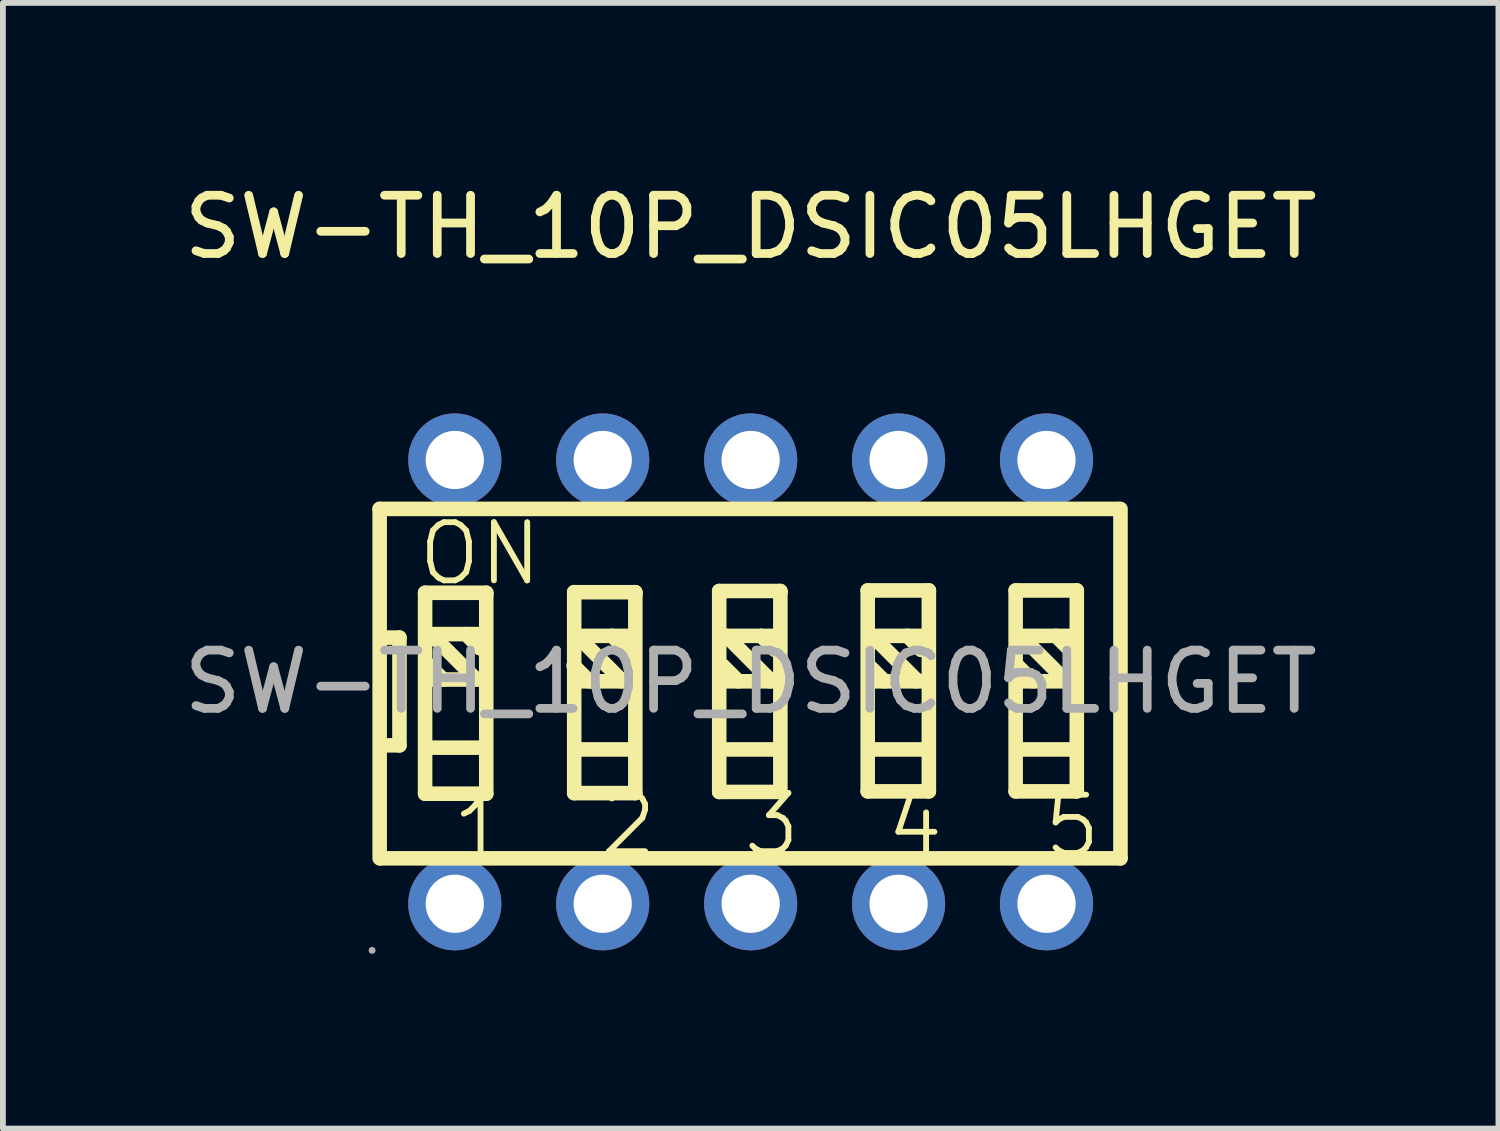
<source format=kicad_pcb>
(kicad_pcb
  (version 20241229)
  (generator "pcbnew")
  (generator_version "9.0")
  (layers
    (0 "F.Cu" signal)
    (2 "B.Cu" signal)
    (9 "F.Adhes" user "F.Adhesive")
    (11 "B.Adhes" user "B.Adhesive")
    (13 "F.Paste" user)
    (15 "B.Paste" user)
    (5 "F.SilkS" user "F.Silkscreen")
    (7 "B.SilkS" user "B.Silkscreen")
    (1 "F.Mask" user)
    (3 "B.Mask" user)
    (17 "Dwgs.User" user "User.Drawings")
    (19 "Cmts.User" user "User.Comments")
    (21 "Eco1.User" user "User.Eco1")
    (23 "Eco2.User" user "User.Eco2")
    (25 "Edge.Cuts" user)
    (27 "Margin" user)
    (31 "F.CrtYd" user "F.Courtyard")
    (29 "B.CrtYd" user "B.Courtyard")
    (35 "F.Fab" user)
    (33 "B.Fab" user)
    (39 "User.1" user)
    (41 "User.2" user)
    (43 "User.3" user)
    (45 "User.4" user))
  (footprint "SW-TH_10P_DSIC05LHGET"
    (layer "F.Cu")
    (at 9.839 8.658)
    (property "Reference" "SW-TH_10P_DSIC05LHGET" (at 0 -7.81 0) (layer "F.SilkS") (effects (font (size 1 1) (thickness 0.15))))
    (attr through_hole)
    (fp_line (start -6.37 -2.97) (end -6.37 3.03) (stroke (width 0.25) (type solid)) (layer "F.SilkS"))
    (fp_line (start -6.37 -2.97) (end 6.33 -2.97) (stroke (width 0.25) (type solid)) (layer "F.SilkS"))
    (fp_line (start -6.35 3.03) (end 6.35 3.03) (stroke (width 0.25) (type solid)) (layer "F.SilkS"))
    (fp_line (start -6.33 -0.76) (end -6.03 -0.76) (stroke (width 0.25) (type solid)) (layer "F.SilkS"))
    (fp_line (start -6.03 -0.76) (end -6.03 1.09) (stroke (width 0.25) (type solid)) (layer "F.SilkS"))
    (fp_line (start -6.03 1.09) (end -6.31 1.09) (stroke (width 0.25) (type solid)) (layer "F.SilkS"))
    (fp_line (start -5.59 -1.53) (end -5.59 1.92) (stroke (width 0.25) (type solid)) (layer "F.SilkS"))
    (fp_line (start -5.59 1.92) (end -4.54 1.92) (stroke (width 0.25) (type solid)) (layer "F.SilkS"))
    (fp_line (start -5.49 -0.82) (end -4.74 -0.07) (stroke (width 0.25) (type solid)) (layer "F.SilkS"))
    (fp_line (start -5.48 -0.04) (end -4.61 -0.04) (stroke (width 0.25) (type solid)) (layer "F.SilkS"))
    (fp_line (start -5.46 -0.82) (end -4.59 -0.82) (stroke (width 0.25) (type solid)) (layer "F.SilkS"))
    (fp_line (start -5.46 1.13) (end -4.59 1.13) (stroke (width 0.25) (type solid)) (layer "F.SilkS"))
    (fp_line (start -5.28 -0.04) (end -5.55 -0.31) (stroke (width 0.25) (type solid)) (layer "F.SilkS"))
    (fp_line (start -4.89 -0.82) (end -4.65 -0.58) (stroke (width 0.25) (type solid)) (layer "F.SilkS"))
    (fp_line (start -4.74 -0.07) (end -4.74 -0.04) (stroke (width 0.25) (type solid)) (layer "F.SilkS"))
    (fp_line (start -4.65 -0.58) (end -4.62 -0.58) (stroke (width 0.25) (type solid)) (layer "F.SilkS"))
    (fp_line (start -4.54 -1.53) (end -5.59 -1.53) (stroke (width 0.25) (type solid)) (layer "F.SilkS"))
    (fp_line (start -4.54 -1.5) (end -4.54 -1.53) (stroke (width 0.25) (type solid)) (layer "F.SilkS"))
    (fp_line (start -4.54 1.92) (end -4.54 -1.5) (stroke (width 0.25) (type solid)) (layer "F.SilkS"))
    (fp_line (start -3.03 -1.54) (end -3.03 1.91) (stroke (width 0.25) (type solid)) (layer "F.SilkS"))
    (fp_line (start -3.03 1.91) (end -1.98 1.91) (stroke (width 0.25) (type solid)) (layer "F.SilkS"))
    (fp_line (start -2.98 -0.79) (end -2.23 -0.04) (stroke (width 0.25) (type solid)) (layer "F.SilkS"))
    (fp_line (start -2.97 -0.01) (end -2.1 -0.01) (stroke (width 0.25) (type solid)) (layer "F.SilkS"))
    (fp_line (start -2.95 -0.79) (end -2.08 -0.79) (stroke (width 0.25) (type solid)) (layer "F.SilkS"))
    (fp_line (start -2.95 1.16) (end -2.08 1.16) (stroke (width 0.25) (type solid)) (layer "F.SilkS"))
    (fp_line (start -2.77 -0.01) (end -3.04 -0.28) (stroke (width 0.25) (type solid)) (layer "F.SilkS"))
    (fp_line (start -2.38 -0.79) (end -2.14 -0.55) (stroke (width 0.25) (type solid)) (layer "F.SilkS"))
    (fp_line (start -2.23 -0.04) (end -2.23 -0.01) (stroke (width 0.25) (type solid)) (layer "F.SilkS"))
    (fp_line (start -2.14 -0.55) (end -2.11 -0.55) (stroke (width 0.25) (type solid)) (layer "F.SilkS"))
    (fp_line (start -1.98 -1.54) (end -3.03 -1.54) (stroke (width 0.25) (type solid)) (layer "F.SilkS"))
    (fp_line (start -1.98 -1.51) (end -1.98 -1.54) (stroke (width 0.25) (type solid)) (layer "F.SilkS"))
    (fp_line (start -1.98 1.91) (end -1.98 -1.51) (stroke (width 0.25) (type solid)) (layer "F.SilkS"))
    (fp_line (start -0.54 -1.56) (end -0.54 1.89) (stroke (width 0.25) (type solid)) (layer "F.SilkS"))
    (fp_line (start -0.54 1.89) (end 0.51 1.89) (stroke (width 0.25) (type solid)) (layer "F.SilkS"))
    (fp_line (start -0.42 -0.79) (end 0.33 -0.04) (stroke (width 0.25) (type solid)) (layer "F.SilkS"))
    (fp_line (start -0.41 -0.01) (end 0.46 -0.01) (stroke (width 0.25) (type solid)) (layer "F.SilkS"))
    (fp_line (start -0.39 -0.79) (end 0.48 -0.79) (stroke (width 0.25) (type solid)) (layer "F.SilkS"))
    (fp_line (start -0.39 1.16) (end 0.48 1.16) (stroke (width 0.25) (type solid)) (layer "F.SilkS"))
    (fp_line (start -0.21 -0.01) (end -0.48 -0.28) (stroke (width 0.25) (type solid)) (layer "F.SilkS"))
    (fp_line (start 0.18 -0.79) (end 0.42 -0.55) (stroke (width 0.25) (type solid)) (layer "F.SilkS"))
    (fp_line (start 0.33 -0.04) (end 0.33 -0.01) (stroke (width 0.25) (type solid)) (layer "F.SilkS"))
    (fp_line (start 0.42 -0.55) (end 0.45 -0.55) (stroke (width 0.25) (type solid)) (layer "F.SilkS"))
    (fp_line (start 0.51 -1.56) (end -0.54 -1.56) (stroke (width 0.25) (type solid)) (layer "F.SilkS"))
    (fp_line (start 0.51 -1.53) (end 0.51 -1.56) (stroke (width 0.25) (type solid)) (layer "F.SilkS"))
    (fp_line (start 0.51 1.89) (end 0.51 -1.53) (stroke (width 0.25) (type solid)) (layer "F.SilkS"))
    (fp_line (start 2.01 -1.57) (end 2.01 1.88) (stroke (width 0.25) (type solid)) (layer "F.SilkS"))
    (fp_line (start 2.01 1.88) (end 3.06 1.88) (stroke (width 0.25) (type solid)) (layer "F.SilkS"))
    (fp_line (start 2.09 -0.79) (end 2.84 -0.04) (stroke (width 0.25) (type solid)) (layer "F.SilkS"))
    (fp_line (start 2.1 -0.01) (end 2.97 -0.01) (stroke (width 0.25) (type solid)) (layer "F.SilkS"))
    (fp_line (start 2.12 -0.79) (end 2.99 -0.79) (stroke (width 0.25) (type solid)) (layer "F.SilkS"))
    (fp_line (start 2.12 1.16) (end 2.99 1.16) (stroke (width 0.25) (type solid)) (layer "F.SilkS"))
    (fp_line (start 2.3 -0.01) (end 2.03 -0.28) (stroke (width 0.25) (type solid)) (layer "F.SilkS"))
    (fp_line (start 2.69 -0.79) (end 2.93 -0.55) (stroke (width 0.25) (type solid)) (layer "F.SilkS"))
    (fp_line (start 2.84 -0.04) (end 2.84 -0.01) (stroke (width 0.25) (type solid)) (layer "F.SilkS"))
    (fp_line (start 2.93 -0.55) (end 2.96 -0.55) (stroke (width 0.25) (type solid)) (layer "F.SilkS"))
    (fp_line (start 3.06 -1.57) (end 2.01 -1.57) (stroke (width 0.25) (type solid)) (layer "F.SilkS"))
    (fp_line (start 3.06 -1.54) (end 3.06 -1.57) (stroke (width 0.25) (type solid)) (layer "F.SilkS"))
    (fp_line (start 3.06 1.88) (end 3.06 -1.54) (stroke (width 0.25) (type solid)) (layer "F.SilkS"))
    (fp_line (start 4.55 -1.57) (end 4.55 1.88) (stroke (width 0.25) (type solid)) (layer "F.SilkS"))
    (fp_line (start 4.55 1.88) (end 5.6 1.88) (stroke (width 0.25) (type solid)) (layer "F.SilkS"))
    (fp_line (start 4.64 -0.79) (end 5.39 -0.04) (stroke (width 0.25) (type solid)) (layer "F.SilkS"))
    (fp_line (start 4.65 -0.01) (end 5.52 -0.01) (stroke (width 0.25) (type solid)) (layer "F.SilkS"))
    (fp_line (start 4.67 -0.79) (end 5.54 -0.79) (stroke (width 0.25) (type solid)) (layer "F.SilkS"))
    (fp_line (start 4.67 1.16) (end 5.54 1.16) (stroke (width 0.25) (type solid)) (layer "F.SilkS"))
    (fp_line (start 4.85 -0.01) (end 4.58 -0.28) (stroke (width 0.25) (type solid)) (layer "F.SilkS"))
    (fp_line (start 5.24 -0.79) (end 5.48 -0.55) (stroke (width 0.25) (type solid)) (layer "F.SilkS"))
    (fp_line (start 5.39 -0.04) (end 5.39 -0.01) (stroke (width 0.25) (type solid)) (layer "F.SilkS"))
    (fp_line (start 5.48 -0.55) (end 5.51 -0.55) (stroke (width 0.25) (type solid)) (layer "F.SilkS"))
    (fp_line (start 5.6 -1.57) (end 4.55 -1.57) (stroke (width 0.25) (type solid)) (layer "F.SilkS"))
    (fp_line (start 5.6 -1.54) (end 5.6 -1.57) (stroke (width 0.25) (type solid)) (layer "F.SilkS"))
    (fp_line (start 5.6 1.88) (end 5.6 -1.54) (stroke (width 0.25) (type solid)) (layer "F.SilkS"))
    (fp_line (start 6.35 -2.97) (end 6.35 3.03) (stroke (width 0.25) (type solid)) (layer "F.SilkS"))
    (fp_circle (center -6.5 4.61) (end -6.47 4.61) (stroke (width 0.06) (type solid)) (fill no) (layer "F.Fab"))
    (fp_circle (center -5.08 -3.81) (end -4.88 -3.81) (stroke (width 0.4) (type solid)) (fill no) (layer "F.Fab"))
    (fp_circle (center -5.08 3.81) (end -4.88 3.81) (stroke (width 0.4) (type solid)) (fill no) (layer "F.Fab"))
    (fp_circle (center -2.54 -3.81) (end -2.34 -3.81) (stroke (width 0.4) (type solid)) (fill no) (layer "F.Fab"))
    (fp_circle (center -2.54 3.81) (end -2.34 3.81) (stroke (width 0.4) (type solid)) (fill no) (layer "F.Fab"))
    (fp_circle (center 0 -3.81) (end 0.2 -3.81) (stroke (width 0.4) (type solid)) (fill no) (layer "F.Fab"))
    (fp_circle (center 0 3.81) (end 0.2 3.81) (stroke (width 0.4) (type solid)) (fill no) (layer "F.Fab"))
    (fp_circle (center 2.54 -3.81) (end 2.74 -3.81) (stroke (width 0.4) (type solid)) (fill no) (layer "F.Fab"))
    (fp_circle (center 2.54 3.81) (end 2.74 3.81) (stroke (width 0.4) (type solid)) (fill no) (layer "F.Fab"))
    (fp_circle (center 5.08 -3.81) (end 5.28 -3.81) (stroke (width 0.4) (type solid)) (fill no) (layer "F.Fab"))
    (fp_circle (center 5.08 3.81) (end 5.28 3.81) (stroke (width 0.4) (type solid)) (fill no) (layer "F.Fab"))
    (fp_text user "4" (at 2.28 2.45 0) (layer "F.SilkS") (effects (font (size 1 1) (thickness 0.1)) (justify left)))
    (fp_text user "2" (at -2.64 2.45 0) (layer "F.SilkS") (effects (font (size 1 1) (thickness 0.1)) (justify left)))
    (fp_text user "1" (at -5.18 2.52 0) (layer "F.SilkS") (effects (font (size 1 1) (thickness 0.1)) (justify left)))
    (fp_text user "ON" (at -5.76 -2.2 0) (layer "F.SilkS") (effects (font (size 1 1) (thickness 0.1)) (justify left)))
    (fp_text user "3" (at -0.18 2.45 0) (layer "F.SilkS") (effects (font (size 1 1) (thickness 0.1)) (justify left)))
    (fp_text user "5" (at 4.98 2.48 0) (layer "F.SilkS") (effects (font (size 1 1) (thickness 0.1)) (justify left)))
    (fp_text user "${REFERENCE}" (at 0 0 0) (layer "F.Fab") (effects (font (size 1 1) (thickness 0.15))))
    (pad "1" thru_hole circle (at -5.08 3.81) (size 1.6 1.6) (drill 1) (layers "*.Cu" "*.Paste" "*.Mask"))
    (pad "2" thru_hole circle (at -2.54 3.81) (size 1.6 1.6) (drill 1) (layers "*.Cu" "*.Paste" "*.Mask"))
    (pad "3" thru_hole circle (at 0 3.81) (size 1.6 1.6) (drill 1) (layers "*.Cu" "*.Paste" "*.Mask"))
    (pad "4" thru_hole circle (at 2.54 3.81) (size 1.6 1.6) (drill 1) (layers "*.Cu" "*.Paste" "*.Mask"))
    (pad "5" thru_hole circle (at 5.08 3.81) (size 1.6 1.6) (drill 1) (layers "*.Cu" "*.Paste" "*.Mask"))
    (pad "6" thru_hole circle (at 5.08 -3.81) (size 1.6 1.6) (drill 1) (layers "*.Cu" "*.Paste" "*.Mask"))
    (pad "7" thru_hole circle (at 2.54 -3.81) (size 1.6 1.6) (drill 1) (layers "*.Cu" "*.Paste" "*.Mask"))
    (pad "8" thru_hole circle (at 0 -3.81) (size 1.6 1.6) (drill 1) (layers "*.Cu" "*.Paste" "*.Mask"))
    (pad "9" thru_hole circle (at -2.54 -3.81) (size 1.6 1.6) (drill 1) (layers "*.Cu" "*.Paste" "*.Mask"))
    (pad "10" thru_hole circle (at -5.08 -3.81) (size 1.6 1.6) (drill 1) (layers "*.Cu" "*.Paste" "*.Mask")))
  (gr_rect
    (start -3 -3)
    (end 22.679 16.328)
    (stroke (width 0.1) (type default))
    (fill no)
    (layer "Edge.Cuts")))
</source>
